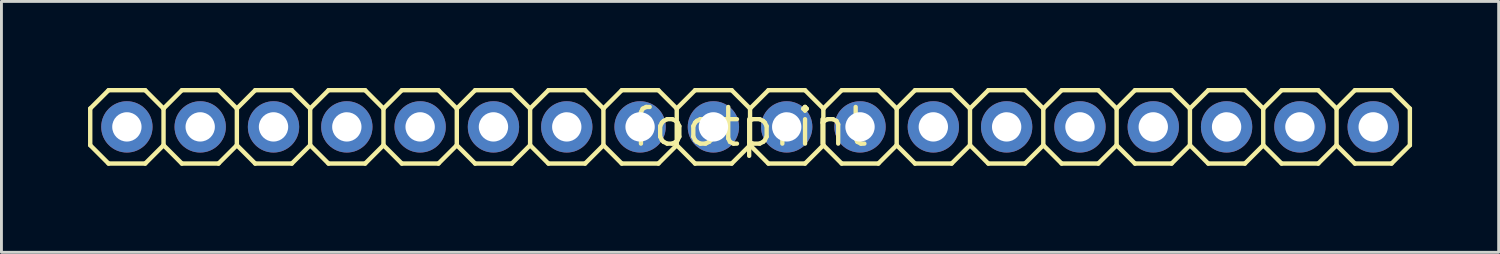
<source format=kicad_pcb>
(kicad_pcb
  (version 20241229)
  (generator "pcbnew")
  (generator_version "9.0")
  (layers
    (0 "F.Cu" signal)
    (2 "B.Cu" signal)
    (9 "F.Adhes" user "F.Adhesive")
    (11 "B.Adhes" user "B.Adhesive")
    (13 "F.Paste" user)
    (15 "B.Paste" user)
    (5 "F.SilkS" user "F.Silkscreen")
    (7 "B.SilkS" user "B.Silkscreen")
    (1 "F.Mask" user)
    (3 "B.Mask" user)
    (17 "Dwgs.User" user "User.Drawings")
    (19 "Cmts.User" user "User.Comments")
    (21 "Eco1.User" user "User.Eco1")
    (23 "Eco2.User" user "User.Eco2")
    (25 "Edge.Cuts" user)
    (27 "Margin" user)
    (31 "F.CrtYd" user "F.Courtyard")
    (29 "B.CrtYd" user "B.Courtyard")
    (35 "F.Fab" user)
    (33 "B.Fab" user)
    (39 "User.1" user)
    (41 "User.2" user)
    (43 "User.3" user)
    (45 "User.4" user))
  (footprint "footprint"
    (layer "F.Cu")
    (at 22.936 1.346)
    (property "Reference" "footprint" (at 0 0 0) (layer "F.SilkS") (effects (font (size 1.27 1.27) (thickness 0.15))))
    (fp_line (start -22.86 -0.635) (end -22.86 0.635) (stroke (width 0.152) (type solid)) (layer "F.SilkS"))
    (fp_line (start -22.86 0.635) (end -22.225 1.27) (stroke (width 0.152) (type solid)) (layer "F.SilkS"))
    (fp_line (start -22.225 -1.27) (end -22.86 -0.635) (stroke (width 0.152) (type solid)) (layer "F.SilkS"))
    (fp_line (start -22.225 -1.27) (end -20.955 -1.27) (stroke (width 0.152) (type solid)) (layer "F.SilkS"))
    (fp_line (start -20.955 -1.27) (end -20.32 -0.635) (stroke (width 0.152) (type solid)) (layer "F.SilkS"))
    (fp_line (start -20.955 1.27) (end -22.225 1.27) (stroke (width 0.152) (type solid)) (layer "F.SilkS"))
    (fp_line (start -20.32 -0.635) (end -20.32 0.635) (stroke (width 0.152) (type solid)) (layer "F.SilkS"))
    (fp_line (start -20.32 -0.635) (end -19.685 -1.27) (stroke (width 0.152) (type solid)) (layer "F.SilkS"))
    (fp_line (start -20.32 0.635) (end -20.955 1.27) (stroke (width 0.152) (type solid)) (layer "F.SilkS"))
    (fp_line (start -19.685 -1.27) (end -18.415 -1.27) (stroke (width 0.152) (type solid)) (layer "F.SilkS"))
    (fp_line (start -19.685 1.27) (end -20.32 0.635) (stroke (width 0.152) (type solid)) (layer "F.SilkS"))
    (fp_line (start -18.415 -1.27) (end -17.78 -0.635) (stroke (width 0.152) (type solid)) (layer "F.SilkS"))
    (fp_line (start -18.415 1.27) (end -19.685 1.27) (stroke (width 0.152) (type solid)) (layer "F.SilkS"))
    (fp_line (start -17.78 -0.635) (end -17.78 0.635) (stroke (width 0.152) (type solid)) (layer "F.SilkS"))
    (fp_line (start -17.78 -0.635) (end -17.145 -1.27) (stroke (width 0.152) (type solid)) (layer "F.SilkS"))
    (fp_line (start -17.78 0.635) (end -18.415 1.27) (stroke (width 0.152) (type solid)) (layer "F.SilkS"))
    (fp_line (start -17.145 -1.27) (end -15.875 -1.27) (stroke (width 0.152) (type solid)) (layer "F.SilkS"))
    (fp_line (start -17.145 1.27) (end -17.78 0.635) (stroke (width 0.152) (type solid)) (layer "F.SilkS"))
    (fp_line (start -15.875 -1.27) (end -15.24 -0.635) (stroke (width 0.152) (type solid)) (layer "F.SilkS"))
    (fp_line (start -15.875 1.27) (end -17.145 1.27) (stroke (width 0.152) (type solid)) (layer "F.SilkS"))
    (fp_line (start -15.24 -0.635) (end -15.24 0.635) (stroke (width 0.152) (type solid)) (layer "F.SilkS"))
    (fp_line (start -15.24 0.635) (end -15.875 1.27) (stroke (width 0.152) (type solid)) (layer "F.SilkS"))
    (fp_line (start -15.24 0.635) (end -14.605 1.27) (stroke (width 0.152) (type solid)) (layer "F.SilkS"))
    (fp_line (start -14.605 -1.27) (end -15.24 -0.635) (stroke (width 0.152) (type solid)) (layer "F.SilkS"))
    (fp_line (start -14.605 -1.27) (end -13.335 -1.27) (stroke (width 0.152) (type solid)) (layer "F.SilkS"))
    (fp_line (start -13.335 -1.27) (end -12.7 -0.635) (stroke (width 0.152) (type solid)) (layer "F.SilkS"))
    (fp_line (start -13.335 1.27) (end -14.605 1.27) (stroke (width 0.152) (type solid)) (layer "F.SilkS"))
    (fp_line (start -12.7 -0.635) (end -12.7 0.635) (stroke (width 0.152) (type solid)) (layer "F.SilkS"))
    (fp_line (start -12.7 -0.635) (end -12.065 -1.27) (stroke (width 0.152) (type solid)) (layer "F.SilkS"))
    (fp_line (start -12.7 0.635) (end -13.335 1.27) (stroke (width 0.152) (type solid)) (layer "F.SilkS"))
    (fp_line (start -12.065 -1.27) (end -10.795 -1.27) (stroke (width 0.152) (type solid)) (layer "F.SilkS"))
    (fp_line (start -12.065 1.27) (end -12.7 0.635) (stroke (width 0.152) (type solid)) (layer "F.SilkS"))
    (fp_line (start -10.795 -1.27) (end -10.16 -0.635) (stroke (width 0.152) (type solid)) (layer "F.SilkS"))
    (fp_line (start -10.795 1.27) (end -12.065 1.27) (stroke (width 0.152) (type solid)) (layer "F.SilkS"))
    (fp_line (start -10.16 -0.635) (end -10.16 0.635) (stroke (width 0.152) (type solid)) (layer "F.SilkS"))
    (fp_line (start -10.16 -0.635) (end -9.525 -1.27) (stroke (width 0.152) (type solid)) (layer "F.SilkS"))
    (fp_line (start -10.16 0.635) (end -10.795 1.27) (stroke (width 0.152) (type solid)) (layer "F.SilkS"))
    (fp_line (start -9.525 -1.27) (end -8.255 -1.27) (stroke (width 0.152) (type solid)) (layer "F.SilkS"))
    (fp_line (start -9.525 1.27) (end -10.16 0.635) (stroke (width 0.152) (type solid)) (layer "F.SilkS"))
    (fp_line (start -8.255 -1.27) (end -7.62 -0.635) (stroke (width 0.152) (type solid)) (layer "F.SilkS"))
    (fp_line (start -8.255 1.27) (end -9.525 1.27) (stroke (width 0.152) (type solid)) (layer "F.SilkS"))
    (fp_line (start -7.62 -0.635) (end -7.62 0.635) (stroke (width 0.152) (type solid)) (layer "F.SilkS"))
    (fp_line (start -7.62 0.635) (end -8.255 1.27) (stroke (width 0.152) (type solid)) (layer "F.SilkS"))
    (fp_line (start -7.62 0.635) (end -6.985 1.27) (stroke (width 0.152) (type solid)) (layer "F.SilkS"))
    (fp_line (start -6.985 -1.27) (end -7.62 -0.635) (stroke (width 0.152) (type solid)) (layer "F.SilkS"))
    (fp_line (start -6.985 -1.27) (end -5.715 -1.27) (stroke (width 0.152) (type solid)) (layer "F.SilkS"))
    (fp_line (start -5.715 -1.27) (end -5.08 -0.635) (stroke (width 0.152) (type solid)) (layer "F.SilkS"))
    (fp_line (start -5.715 1.27) (end -6.985 1.27) (stroke (width 0.152) (type solid)) (layer "F.SilkS"))
    (fp_line (start -5.08 -0.635) (end -5.08 0.635) (stroke (width 0.152) (type solid)) (layer "F.SilkS"))
    (fp_line (start -5.08 -0.635) (end -4.445 -1.27) (stroke (width 0.152) (type solid)) (layer "F.SilkS"))
    (fp_line (start -5.08 0.635) (end -5.715 1.27) (stroke (width 0.152) (type solid)) (layer "F.SilkS"))
    (fp_line (start -4.445 -1.27) (end -3.175 -1.27) (stroke (width 0.152) (type solid)) (layer "F.SilkS"))
    (fp_line (start -4.445 1.27) (end -5.08 0.635) (stroke (width 0.152) (type solid)) (layer "F.SilkS"))
    (fp_line (start -3.175 -1.27) (end -2.54 -0.635) (stroke (width 0.152) (type solid)) (layer "F.SilkS"))
    (fp_line (start -3.175 1.27) (end -4.445 1.27) (stroke (width 0.152) (type solid)) (layer "F.SilkS"))
    (fp_line (start -2.54 -0.635) (end -2.54 0.635) (stroke (width 0.152) (type solid)) (layer "F.SilkS"))
    (fp_line (start -2.54 -0.635) (end -1.905 -1.27) (stroke (width 0.152) (type solid)) (layer "F.SilkS"))
    (fp_line (start -2.54 0.635) (end -3.175 1.27) (stroke (width 0.152) (type solid)) (layer "F.SilkS"))
    (fp_line (start -1.905 -1.27) (end -0.635 -1.27) (stroke (width 0.152) (type solid)) (layer "F.SilkS"))
    (fp_line (start -1.905 1.27) (end -2.54 0.635) (stroke (width 0.152) (type solid)) (layer "F.SilkS"))
    (fp_line (start -0.635 -1.27) (end 0 -0.635) (stroke (width 0.152) (type solid)) (layer "F.SilkS"))
    (fp_line (start -0.635 1.27) (end -1.905 1.27) (stroke (width 0.152) (type solid)) (layer "F.SilkS"))
    (fp_line (start 0 -0.635) (end 0 0.635) (stroke (width 0.152) (type solid)) (layer "F.SilkS"))
    (fp_line (start 0 0.635) (end -0.635 1.27) (stroke (width 0.152) (type solid)) (layer "F.SilkS"))
    (fp_line (start 0 0.635) (end 0.635 1.27) (stroke (width 0.152) (type solid)) (layer "F.SilkS"))
    (fp_line (start 0.635 -1.27) (end 0 -0.635) (stroke (width 0.152) (type solid)) (layer "F.SilkS"))
    (fp_line (start 0.635 -1.27) (end 1.905 -1.27) (stroke (width 0.152) (type solid)) (layer "F.SilkS"))
    (fp_line (start 1.905 -1.27) (end 2.54 -0.635) (stroke (width 0.152) (type solid)) (layer "F.SilkS"))
    (fp_line (start 1.905 1.27) (end 0.635 1.27) (stroke (width 0.152) (type solid)) (layer "F.SilkS"))
    (fp_line (start 2.54 -0.635) (end 2.54 0.635) (stroke (width 0.152) (type solid)) (layer "F.SilkS"))
    (fp_line (start 2.54 -0.635) (end 3.175 -1.27) (stroke (width 0.152) (type solid)) (layer "F.SilkS"))
    (fp_line (start 2.54 0.635) (end 1.905 1.27) (stroke (width 0.152) (type solid)) (layer "F.SilkS"))
    (fp_line (start 3.175 -1.27) (end 4.445 -1.27) (stroke (width 0.152) (type solid)) (layer "F.SilkS"))
    (fp_line (start 3.175 1.27) (end 2.54 0.635) (stroke (width 0.152) (type solid)) (layer "F.SilkS"))
    (fp_line (start 4.445 -1.27) (end 5.08 -0.635) (stroke (width 0.152) (type solid)) (layer "F.SilkS"))
    (fp_line (start 4.445 1.27) (end 3.175 1.27) (stroke (width 0.152) (type solid)) (layer "F.SilkS"))
    (fp_line (start 5.08 -0.635) (end 5.08 0.635) (stroke (width 0.152) (type solid)) (layer "F.SilkS"))
    (fp_line (start 5.08 -0.635) (end 5.715 -1.27) (stroke (width 0.152) (type solid)) (layer "F.SilkS"))
    (fp_line (start 5.08 0.635) (end 4.445 1.27) (stroke (width 0.152) (type solid)) (layer "F.SilkS"))
    (fp_line (start 5.715 -1.27) (end 6.985 -1.27) (stroke (width 0.152) (type solid)) (layer "F.SilkS"))
    (fp_line (start 5.715 1.27) (end 5.08 0.635) (stroke (width 0.152) (type solid)) (layer "F.SilkS"))
    (fp_line (start 6.985 -1.27) (end 7.62 -0.635) (stroke (width 0.152) (type solid)) (layer "F.SilkS"))
    (fp_line (start 6.985 1.27) (end 5.715 1.27) (stroke (width 0.152) (type solid)) (layer "F.SilkS"))
    (fp_line (start 7.62 -0.635) (end 7.62 0.635) (stroke (width 0.152) (type solid)) (layer "F.SilkS"))
    (fp_line (start 7.62 0.635) (end 6.985 1.27) (stroke (width 0.152) (type solid)) (layer "F.SilkS"))
    (fp_line (start 7.62 0.635) (end 8.255 1.27) (stroke (width 0.152) (type solid)) (layer "F.SilkS"))
    (fp_line (start 8.255 -1.27) (end 7.62 -0.635) (stroke (width 0.152) (type solid)) (layer "F.SilkS"))
    (fp_line (start 8.255 -1.27) (end 9.525 -1.27) (stroke (width 0.152) (type solid)) (layer "F.SilkS"))
    (fp_line (start 9.525 -1.27) (end 10.16 -0.635) (stroke (width 0.152) (type solid)) (layer "F.SilkS"))
    (fp_line (start 9.525 1.27) (end 8.255 1.27) (stroke (width 0.152) (type solid)) (layer "F.SilkS"))
    (fp_line (start 10.16 -0.635) (end 10.16 0.635) (stroke (width 0.152) (type solid)) (layer "F.SilkS"))
    (fp_line (start 10.16 -0.635) (end 10.795 -1.27) (stroke (width 0.152) (type solid)) (layer "F.SilkS"))
    (fp_line (start 10.16 0.635) (end 9.525 1.27) (stroke (width 0.152) (type solid)) (layer "F.SilkS"))
    (fp_line (start 10.795 -1.27) (end 12.065 -1.27) (stroke (width 0.152) (type solid)) (layer "F.SilkS"))
    (fp_line (start 10.795 1.27) (end 10.16 0.635) (stroke (width 0.152) (type solid)) (layer "F.SilkS"))
    (fp_line (start 12.065 -1.27) (end 12.7 -0.635) (stroke (width 0.152) (type solid)) (layer "F.SilkS"))
    (fp_line (start 12.065 1.27) (end 10.795 1.27) (stroke (width 0.152) (type solid)) (layer "F.SilkS"))
    (fp_line (start 12.7 -0.635) (end 12.7 0.635) (stroke (width 0.152) (type solid)) (layer "F.SilkS"))
    (fp_line (start 12.7 -0.635) (end 13.335 -1.27) (stroke (width 0.152) (type solid)) (layer "F.SilkS"))
    (fp_line (start 12.7 0.635) (end 12.065 1.27) (stroke (width 0.152) (type solid)) (layer "F.SilkS"))
    (fp_line (start 13.335 -1.27) (end 14.605 -1.27) (stroke (width 0.152) (type solid)) (layer "F.SilkS"))
    (fp_line (start 13.335 1.27) (end 12.7 0.635) (stroke (width 0.152) (type solid)) (layer "F.SilkS"))
    (fp_line (start 14.605 -1.27) (end 15.24 -0.635) (stroke (width 0.152) (type solid)) (layer "F.SilkS"))
    (fp_line (start 14.605 1.27) (end 13.335 1.27) (stroke (width 0.152) (type solid)) (layer "F.SilkS"))
    (fp_line (start 15.24 -0.635) (end 15.24 0.635) (stroke (width 0.152) (type solid)) (layer "F.SilkS"))
    (fp_line (start 15.24 0.635) (end 14.605 1.27) (stroke (width 0.152) (type solid)) (layer "F.SilkS"))
    (fp_line (start 15.24 0.635) (end 15.875 1.27) (stroke (width 0.152) (type solid)) (layer "F.SilkS"))
    (fp_line (start 15.875 -1.27) (end 15.24 -0.635) (stroke (width 0.152) (type solid)) (layer "F.SilkS"))
    (fp_line (start 15.875 -1.27) (end 17.145 -1.27) (stroke (width 0.152) (type solid)) (layer "F.SilkS"))
    (fp_line (start 17.145 -1.27) (end 17.78 -0.635) (stroke (width 0.152) (type solid)) (layer "F.SilkS"))
    (fp_line (start 17.145 1.27) (end 15.875 1.27) (stroke (width 0.152) (type solid)) (layer "F.SilkS"))
    (fp_line (start 17.78 -0.635) (end 17.78 0.635) (stroke (width 0.152) (type solid)) (layer "F.SilkS"))
    (fp_line (start 17.78 -0.635) (end 18.415 -1.27) (stroke (width 0.152) (type solid)) (layer "F.SilkS"))
    (fp_line (start 17.78 0.635) (end 17.145 1.27) (stroke (width 0.152) (type solid)) (layer "F.SilkS"))
    (fp_line (start 18.415 -1.27) (end 19.685 -1.27) (stroke (width 0.152) (type solid)) (layer "F.SilkS"))
    (fp_line (start 18.415 1.27) (end 17.78 0.635) (stroke (width 0.152) (type solid)) (layer "F.SilkS"))
    (fp_line (start 19.685 -1.27) (end 20.32 -0.635) (stroke (width 0.152) (type solid)) (layer "F.SilkS"))
    (fp_line (start 19.685 1.27) (end 18.415 1.27) (stroke (width 0.152) (type solid)) (layer "F.SilkS"))
    (fp_line (start 20.32 -0.635) (end 20.32 0.635) (stroke (width 0.152) (type solid)) (layer "F.SilkS"))
    (fp_line (start 20.32 -0.635) (end 20.955 -1.27) (stroke (width 0.152) (type solid)) (layer "F.SilkS"))
    (fp_line (start 20.32 0.635) (end 19.685 1.27) (stroke (width 0.152) (type solid)) (layer "F.SilkS"))
    (fp_line (start 20.955 -1.27) (end 22.225 -1.27) (stroke (width 0.152) (type solid)) (layer "F.SilkS"))
    (fp_line (start 20.955 1.27) (end 20.32 0.635) (stroke (width 0.152) (type solid)) (layer "F.SilkS"))
    (fp_line (start 22.225 -1.27) (end 22.86 -0.635) (stroke (width 0.152) (type solid)) (layer "F.SilkS"))
    (fp_line (start 22.225 1.27) (end 20.955 1.27) (stroke (width 0.152) (type solid)) (layer "F.SilkS"))
    (fp_line (start 22.86 -0.635) (end 22.86 0.635) (stroke (width 0.152) (type solid)) (layer "F.SilkS"))
    (fp_line (start 22.86 0.635) (end 22.225 1.27) (stroke (width 0.152) (type solid)) (layer "F.SilkS"))
    (fp_poly (pts (xy -21.844 0.254) (xy -21.336 0.254) (xy -21.336 -0.254) (xy -21.844 -0.254)) (stroke (width 0.1) (type solid)) (fill no) (layer "F.Fab"))
    (fp_poly (pts (xy -19.304 0.254) (xy -18.796 0.254) (xy -18.796 -0.254) (xy -19.304 -0.254)) (stroke (width 0.1) (type solid)) (fill no) (layer "F.Fab"))
    (fp_poly (pts (xy -16.764 0.254) (xy -16.256 0.254) (xy -16.256 -0.254) (xy -16.764 -0.254)) (stroke (width 0.1) (type solid)) (fill no) (layer "F.Fab"))
    (fp_poly (pts (xy -14.224 0.254) (xy -13.716 0.254) (xy -13.716 -0.254) (xy -14.224 -0.254)) (stroke (width 0.1) (type solid)) (fill no) (layer "F.Fab"))
    (fp_poly (pts (xy -11.684 0.254) (xy -11.176 0.254) (xy -11.176 -0.254) (xy -11.684 -0.254)) (stroke (width 0.1) (type solid)) (fill no) (layer "F.Fab"))
    (fp_poly (pts (xy -9.144 0.254) (xy -8.636 0.254) (xy -8.636 -0.254) (xy -9.144 -0.254)) (stroke (width 0.1) (type solid)) (fill no) (layer "F.Fab"))
    (fp_poly (pts (xy -6.604 0.254) (xy -6.096 0.254) (xy -6.096 -0.254) (xy -6.604 -0.254)) (stroke (width 0.1) (type solid)) (fill no) (layer "F.Fab"))
    (fp_poly (pts (xy -4.064 0.254) (xy -3.556 0.254) (xy -3.556 -0.254) (xy -4.064 -0.254)) (stroke (width 0.1) (type solid)) (fill no) (layer "F.Fab"))
    (fp_poly (pts (xy -1.524 0.254) (xy -1.016 0.254) (xy -1.016 -0.254) (xy -1.524 -0.254)) (stroke (width 0.1) (type solid)) (fill no) (layer "F.Fab"))
    (fp_poly (pts (xy 1.016 0.254) (xy 1.524 0.254) (xy 1.524 -0.254) (xy 1.016 -0.254)) (stroke (width 0.1) (type solid)) (fill no) (layer "F.Fab"))
    (fp_poly (pts (xy 3.556 0.254) (xy 4.064 0.254) (xy 4.064 -0.254) (xy 3.556 -0.254)) (stroke (width 0.1) (type solid)) (fill no) (layer "F.Fab"))
    (fp_poly (pts (xy 6.096 0.254) (xy 6.604 0.254) (xy 6.604 -0.254) (xy 6.096 -0.254)) (stroke (width 0.1) (type solid)) (fill no) (layer "F.Fab"))
    (fp_poly (pts (xy 8.636 0.254) (xy 9.144 0.254) (xy 9.144 -0.254) (xy 8.636 -0.254)) (stroke (width 0.1) (type solid)) (fill no) (layer "F.Fab"))
    (fp_poly (pts (xy 11.176 0.254) (xy 11.684 0.254) (xy 11.684 -0.254) (xy 11.176 -0.254)) (stroke (width 0.1) (type solid)) (fill no) (layer "F.Fab"))
    (fp_poly (pts (xy 13.716 0.254) (xy 14.224 0.254) (xy 14.224 -0.254) (xy 13.716 -0.254)) (stroke (width 0.1) (type solid)) (fill no) (layer "F.Fab"))
    (fp_poly (pts (xy 16.256 0.254) (xy 16.764 0.254) (xy 16.764 -0.254) (xy 16.256 -0.254)) (stroke (width 0.1) (type solid)) (fill no) (layer "F.Fab"))
    (fp_poly (pts (xy 18.796 0.254) (xy 19.304 0.254) (xy 19.304 -0.254) (xy 18.796 -0.254)) (stroke (width 0.1) (type solid)) (fill no) (layer "F.Fab"))
    (fp_poly (pts (xy 21.336 0.254) (xy 21.844 0.254) (xy 21.844 -0.254) (xy 21.336 -0.254)) (stroke (width 0.1) (type solid)) (fill no) (layer "F.Fab"))
    (pad "1" thru_hole circle (at -21.59 0 90) (size 1.778 1.778) (drill 1.016) (layers "*.Cu" "*.Mask"))
    (pad "2" thru_hole circle (at -19.05 0 90) (size 1.778 1.778) (drill 1.016) (layers "*.Cu" "*.Mask"))
    (pad "3" thru_hole circle (at -16.51 0 90) (size 1.778 1.778) (drill 1.016) (layers "*.Cu" "*.Mask"))
    (pad "4" thru_hole circle (at -13.97 0 90) (size 1.778 1.778) (drill 1.016) (layers "*.Cu" "*.Mask"))
    (pad "5" thru_hole circle (at -11.43 0 90) (size 1.778 1.778) (drill 1.016) (layers "*.Cu" "*.Mask"))
    (pad "6" thru_hole circle (at -8.89 0 90) (size 1.778 1.778) (drill 1.016) (layers "*.Cu" "*.Mask"))
    (pad "7" thru_hole circle (at -6.35 0 90) (size 1.778 1.778) (drill 1.016) (layers "*.Cu" "*.Mask"))
    (pad "8" thru_hole circle (at -3.81 0 90) (size 1.778 1.778) (drill 1.016) (layers "*.Cu" "*.Mask"))
    (pad "9" thru_hole circle (at -1.27 0 90) (size 1.778 1.778) (drill 1.016) (layers "*.Cu" "*.Mask"))
    (pad "10" thru_hole circle (at 1.27 0 90) (size 1.778 1.778) (drill 1.016) (layers "*.Cu" "*.Mask"))
    (pad "11" thru_hole circle (at 3.81 0 90) (size 1.778 1.778) (drill 1.016) (layers "*.Cu" "*.Mask"))
    (pad "12" thru_hole circle (at 6.35 0 90) (size 1.778 1.778) (drill 1.016) (layers "*.Cu" "*.Mask"))
    (pad "13" thru_hole circle (at 8.89 0 90) (size 1.778 1.778) (drill 1.016) (layers "*.Cu" "*.Mask"))
    (pad "14" thru_hole circle (at 11.43 0 90) (size 1.778 1.778) (drill 1.016) (layers "*.Cu" "*.Mask"))
    (pad "15" thru_hole circle (at 13.97 0 90) (size 1.778 1.778) (drill 1.016) (layers "*.Cu" "*.Mask"))
    (pad "16" thru_hole circle (at 16.51 0 90) (size 1.778 1.778) (drill 1.016) (layers "*.Cu" "*.Mask"))
    (pad "17" thru_hole circle (at 19.05 0 90) (size 1.778 1.778) (drill 1.016) (layers "*.Cu" "*.Mask"))
    (pad "18" thru_hole circle (at 21.59 0 90) (size 1.778 1.778) (drill 1.016) (layers "*.Cu" "*.Mask")))
  (gr_rect
    (start -3 -3)
    (end 48.872 5.692)
    (stroke (width 0.1) (type default))
    (fill no)
    (layer "Edge.Cuts")))
</source>
